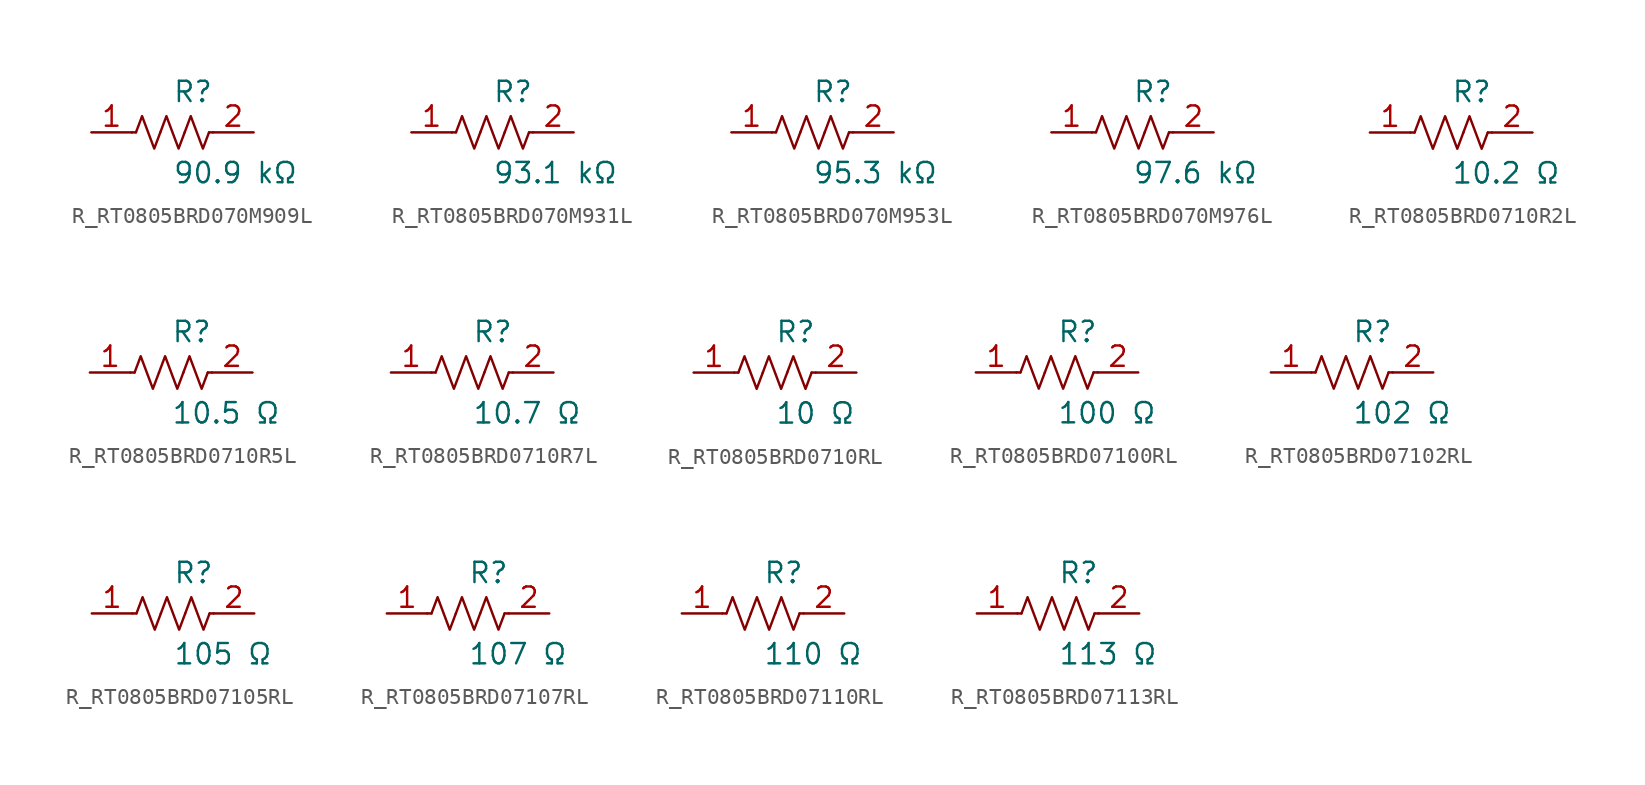
<source format=kicad_sym>
(kicad_symbol_lib
  (version 20231120)
  (generator kicad_symbol_editor)
  (generator_version 8.0)
  (symbol "R_RT0805BRD070M909L"
    (pin_names
      (offset 0.254))
    (property "Reference" "R"
      (at 0.0 2.54 0)
      (effects (font (size 1.27 1.27)) (justify left)))
    (property "Value" "90.9 kΩ"
      (at 0.0 -2.54 0)
      (effects (font (size 1.27 1.27)) (justify left)))
    (symbol "R_RT0805BRD070M909L_0_1"
      (polyline (pts (xy 2.286 0) (xy 2.54 0)) (stroke (width 0) (type default)) (fill (type none)))
      (polyline (pts (xy -2.286 0) (xy -2.54 0)) (stroke (width 0) (type default)) (fill (type none)))
      (polyline (pts (xy 0.762 0) (xy 1.143 1.016) (xy 1.524 0) (xy 1.905 -1.016) (xy 2.286 0)) (stroke (width 0) (type default)) (fill (type none)))
      (polyline (pts (xy -0.762 0) (xy -0.381 1.016) (xy 0 0) (xy 0.381 -1.016) (xy 0.762 0)) (stroke (width 0) (type default)) (fill (type none)))
      (polyline (pts (xy -2.286 0) (xy -1.905 1.016) (xy -1.524 0) (xy -1.143 -1.016) (xy -0.762 0)) (stroke (width 0) (type default)) (fill (type none))))
    (pin unspecified line
      (at -5.08 0 0)
      (length 2.54)
      (name "" (effects (font (size 1.27 1.27))))
      (number "1" (effects (font (size 1.27 1.27)))))
    (pin unspecified line
      (at 5.08 0 180)
      (length 2.54)
      (name "" (effects (font (size 1.27 1.27))))
      (number "2" (effects (font (size 1.27 1.27))))))
  (symbol "R_RT0805BRD070M931L"
    (pin_names
      (offset 0.254))
    (property "Reference" "R"
      (at 0.0 2.54 0)
      (effects (font (size 1.27 1.27)) (justify left)))
    (property "Value" "93.1 kΩ"
      (at 0.0 -2.54 0)
      (effects (font (size 1.27 1.27)) (justify left)))
    (symbol "R_RT0805BRD070M931L_0_1"
      (polyline (pts (xy 2.286 0) (xy 2.54 0)) (stroke (width 0) (type default)) (fill (type none)))
      (polyline (pts (xy -2.286 0) (xy -2.54 0)) (stroke (width 0) (type default)) (fill (type none)))
      (polyline (pts (xy 0.762 0) (xy 1.143 1.016) (xy 1.524 0) (xy 1.905 -1.016) (xy 2.286 0)) (stroke (width 0) (type default)) (fill (type none)))
      (polyline (pts (xy -0.762 0) (xy -0.381 1.016) (xy 0 0) (xy 0.381 -1.016) (xy 0.762 0)) (stroke (width 0) (type default)) (fill (type none)))
      (polyline (pts (xy -2.286 0) (xy -1.905 1.016) (xy -1.524 0) (xy -1.143 -1.016) (xy -0.762 0)) (stroke (width 0) (type default)) (fill (type none))))
    (pin unspecified line
      (at -5.08 0 0)
      (length 2.54)
      (name "" (effects (font (size 1.27 1.27))))
      (number "1" (effects (font (size 1.27 1.27)))))
    (pin unspecified line
      (at 5.08 0 180)
      (length 2.54)
      (name "" (effects (font (size 1.27 1.27))))
      (number "2" (effects (font (size 1.27 1.27))))))
  (symbol "R_RT0805BRD070M953L"
    (pin_names
      (offset 0.254))
    (property "Reference" "R"
      (at 0.0 2.54 0)
      (effects (font (size 1.27 1.27)) (justify left)))
    (property "Value" "95.3 kΩ"
      (at 0.0 -2.54 0)
      (effects (font (size 1.27 1.27)) (justify left)))
    (symbol "R_RT0805BRD070M953L_0_1"
      (polyline (pts (xy 2.286 0) (xy 2.54 0)) (stroke (width 0) (type default)) (fill (type none)))
      (polyline (pts (xy -2.286 0) (xy -2.54 0)) (stroke (width 0) (type default)) (fill (type none)))
      (polyline (pts (xy 0.762 0) (xy 1.143 1.016) (xy 1.524 0) (xy 1.905 -1.016) (xy 2.286 0)) (stroke (width 0) (type default)) (fill (type none)))
      (polyline (pts (xy -0.762 0) (xy -0.381 1.016) (xy 0 0) (xy 0.381 -1.016) (xy 0.762 0)) (stroke (width 0) (type default)) (fill (type none)))
      (polyline (pts (xy -2.286 0) (xy -1.905 1.016) (xy -1.524 0) (xy -1.143 -1.016) (xy -0.762 0)) (stroke (width 0) (type default)) (fill (type none))))
    (pin unspecified line
      (at -5.08 0 0)
      (length 2.54)
      (name "" (effects (font (size 1.27 1.27))))
      (number "1" (effects (font (size 1.27 1.27)))))
    (pin unspecified line
      (at 5.08 0 180)
      (length 2.54)
      (name "" (effects (font (size 1.27 1.27))))
      (number "2" (effects (font (size 1.27 1.27))))))
  (symbol "R_RT0805BRD070M976L"
    (pin_names
      (offset 0.254))
    (property "Reference" "R"
      (at 0.0 2.54 0)
      (effects (font (size 1.27 1.27)) (justify left)))
    (property "Value" "97.6 kΩ"
      (at 0.0 -2.54 0)
      (effects (font (size 1.27 1.27)) (justify left)))
    (symbol "R_RT0805BRD070M976L_0_1"
      (polyline (pts (xy 2.286 0) (xy 2.54 0)) (stroke (width 0) (type default)) (fill (type none)))
      (polyline (pts (xy -2.286 0) (xy -2.54 0)) (stroke (width 0) (type default)) (fill (type none)))
      (polyline (pts (xy 0.762 0) (xy 1.143 1.016) (xy 1.524 0) (xy 1.905 -1.016) (xy 2.286 0)) (stroke (width 0) (type default)) (fill (type none)))
      (polyline (pts (xy -0.762 0) (xy -0.381 1.016) (xy 0 0) (xy 0.381 -1.016) (xy 0.762 0)) (stroke (width 0) (type default)) (fill (type none)))
      (polyline (pts (xy -2.286 0) (xy -1.905 1.016) (xy -1.524 0) (xy -1.143 -1.016) (xy -0.762 0)) (stroke (width 0) (type default)) (fill (type none))))
    (pin unspecified line
      (at -5.08 0 0)
      (length 2.54)
      (name "" (effects (font (size 1.27 1.27))))
      (number "1" (effects (font (size 1.27 1.27)))))
    (pin unspecified line
      (at 5.08 0 180)
      (length 2.54)
      (name "" (effects (font (size 1.27 1.27))))
      (number "2" (effects (font (size 1.27 1.27))))))
  (symbol "R_RT0805BRD0710R2L"
    (pin_names
      (offset 0.254))
    (property "Reference" "R"
      (at 0.0 2.54 0)
      (effects (font (size 1.27 1.27)) (justify left)))
    (property "Value" "10.2 Ω"
      (at 0.0 -2.54 0)
      (effects (font (size 1.27 1.27)) (justify left)))
    (symbol "R_RT0805BRD0710R2L_0_1"
      (polyline (pts (xy 2.286 0) (xy 2.54 0)) (stroke (width 0) (type default)) (fill (type none)))
      (polyline (pts (xy -2.286 0) (xy -2.54 0)) (stroke (width 0) (type default)) (fill (type none)))
      (polyline (pts (xy 0.762 0) (xy 1.143 1.016) (xy 1.524 0) (xy 1.905 -1.016) (xy 2.286 0)) (stroke (width 0) (type default)) (fill (type none)))
      (polyline (pts (xy -0.762 0) (xy -0.381 1.016) (xy 0 0) (xy 0.381 -1.016) (xy 0.762 0)) (stroke (width 0) (type default)) (fill (type none)))
      (polyline (pts (xy -2.286 0) (xy -1.905 1.016) (xy -1.524 0) (xy -1.143 -1.016) (xy -0.762 0)) (stroke (width 0) (type default)) (fill (type none))))
    (pin unspecified line
      (at -5.08 0 0)
      (length 2.54)
      (name "" (effects (font (size 1.27 1.27))))
      (number "1" (effects (font (size 1.27 1.27)))))
    (pin unspecified line
      (at 5.08 0 180)
      (length 2.54)
      (name "" (effects (font (size 1.27 1.27))))
      (number "2" (effects (font (size 1.27 1.27))))))
  (symbol "R_RT0805BRD0710R5L"
    (pin_names
      (offset 0.254))
    (property "Reference" "R"
      (at 0.0 2.54 0)
      (effects (font (size 1.27 1.27)) (justify left)))
    (property "Value" "10.5 Ω"
      (at 0.0 -2.54 0)
      (effects (font (size 1.27 1.27)) (justify left)))
    (symbol "R_RT0805BRD0710R5L_0_1"
      (polyline (pts (xy 2.286 0) (xy 2.54 0)) (stroke (width 0) (type default)) (fill (type none)))
      (polyline (pts (xy -2.286 0) (xy -2.54 0)) (stroke (width 0) (type default)) (fill (type none)))
      (polyline (pts (xy 0.762 0) (xy 1.143 1.016) (xy 1.524 0) (xy 1.905 -1.016) (xy 2.286 0)) (stroke (width 0) (type default)) (fill (type none)))
      (polyline (pts (xy -0.762 0) (xy -0.381 1.016) (xy 0 0) (xy 0.381 -1.016) (xy 0.762 0)) (stroke (width 0) (type default)) (fill (type none)))
      (polyline (pts (xy -2.286 0) (xy -1.905 1.016) (xy -1.524 0) (xy -1.143 -1.016) (xy -0.762 0)) (stroke (width 0) (type default)) (fill (type none))))
    (pin unspecified line
      (at -5.08 0 0)
      (length 2.54)
      (name "" (effects (font (size 1.27 1.27))))
      (number "1" (effects (font (size 1.27 1.27)))))
    (pin unspecified line
      (at 5.08 0 180)
      (length 2.54)
      (name "" (effects (font (size 1.27 1.27))))
      (number "2" (effects (font (size 1.27 1.27))))))
  (symbol "R_RT0805BRD0710R7L"
    (pin_names
      (offset 0.254))
    (property "Reference" "R"
      (at 0.0 2.54 0)
      (effects (font (size 1.27 1.27)) (justify left)))
    (property "Value" "10.7 Ω"
      (at 0.0 -2.54 0)
      (effects (font (size 1.27 1.27)) (justify left)))
    (symbol "R_RT0805BRD0710R7L_0_1"
      (polyline (pts (xy 2.286 0) (xy 2.54 0)) (stroke (width 0) (type default)) (fill (type none)))
      (polyline (pts (xy -2.286 0) (xy -2.54 0)) (stroke (width 0) (type default)) (fill (type none)))
      (polyline (pts (xy 0.762 0) (xy 1.143 1.016) (xy 1.524 0) (xy 1.905 -1.016) (xy 2.286 0)) (stroke (width 0) (type default)) (fill (type none)))
      (polyline (pts (xy -0.762 0) (xy -0.381 1.016) (xy 0 0) (xy 0.381 -1.016) (xy 0.762 0)) (stroke (width 0) (type default)) (fill (type none)))
      (polyline (pts (xy -2.286 0) (xy -1.905 1.016) (xy -1.524 0) (xy -1.143 -1.016) (xy -0.762 0)) (stroke (width 0) (type default)) (fill (type none))))
    (pin unspecified line
      (at -5.08 0 0)
      (length 2.54)
      (name "" (effects (font (size 1.27 1.27))))
      (number "1" (effects (font (size 1.27 1.27)))))
    (pin unspecified line
      (at 5.08 0 180)
      (length 2.54)
      (name "" (effects (font (size 1.27 1.27))))
      (number "2" (effects (font (size 1.27 1.27))))))
  (symbol "R_RT0805BRD0710RL"
    (pin_names
      (offset 0.254))
    (property "Reference" "R"
      (at 0.0 2.54 0)
      (effects (font (size 1.27 1.27)) (justify left)))
    (property "Value" "10 Ω"
      (at 0.0 -2.54 0)
      (effects (font (size 1.27 1.27)) (justify left)))
    (symbol "R_RT0805BRD0710RL_0_1"
      (polyline (pts (xy 2.286 0) (xy 2.54 0)) (stroke (width 0) (type default)) (fill (type none)))
      (polyline (pts (xy -2.286 0) (xy -2.54 0)) (stroke (width 0) (type default)) (fill (type none)))
      (polyline (pts (xy 0.762 0) (xy 1.143 1.016) (xy 1.524 0) (xy 1.905 -1.016) (xy 2.286 0)) (stroke (width 0) (type default)) (fill (type none)))
      (polyline (pts (xy -0.762 0) (xy -0.381 1.016) (xy 0 0) (xy 0.381 -1.016) (xy 0.762 0)) (stroke (width 0) (type default)) (fill (type none)))
      (polyline (pts (xy -2.286 0) (xy -1.905 1.016) (xy -1.524 0) (xy -1.143 -1.016) (xy -0.762 0)) (stroke (width 0) (type default)) (fill (type none))))
    (pin unspecified line
      (at -5.08 0 0)
      (length 2.54)
      (name "" (effects (font (size 1.27 1.27))))
      (number "1" (effects (font (size 1.27 1.27)))))
    (pin unspecified line
      (at 5.08 0 180)
      (length 2.54)
      (name "" (effects (font (size 1.27 1.27))))
      (number "2" (effects (font (size 1.27 1.27))))))
  (symbol "R_RT0805BRD07100RL"
    (pin_names
      (offset 0.254))
    (property "Reference" "R"
      (at 0.0 2.54 0)
      (effects (font (size 1.27 1.27)) (justify left)))
    (property "Value" "100 Ω"
      (at 0.0 -2.54 0)
      (effects (font (size 1.27 1.27)) (justify left)))
    (symbol "R_RT0805BRD07100RL_0_1"
      (polyline (pts (xy 2.286 0) (xy 2.54 0)) (stroke (width 0) (type default)) (fill (type none)))
      (polyline (pts (xy -2.286 0) (xy -2.54 0)) (stroke (width 0) (type default)) (fill (type none)))
      (polyline (pts (xy 0.762 0) (xy 1.143 1.016) (xy 1.524 0) (xy 1.905 -1.016) (xy 2.286 0)) (stroke (width 0) (type default)) (fill (type none)))
      (polyline (pts (xy -0.762 0) (xy -0.381 1.016) (xy 0 0) (xy 0.381 -1.016) (xy 0.762 0)) (stroke (width 0) (type default)) (fill (type none)))
      (polyline (pts (xy -2.286 0) (xy -1.905 1.016) (xy -1.524 0) (xy -1.143 -1.016) (xy -0.762 0)) (stroke (width 0) (type default)) (fill (type none))))
    (pin unspecified line
      (at -5.08 0 0)
      (length 2.54)
      (name "" (effects (font (size 1.27 1.27))))
      (number "1" (effects (font (size 1.27 1.27)))))
    (pin unspecified line
      (at 5.08 0 180)
      (length 2.54)
      (name "" (effects (font (size 1.27 1.27))))
      (number "2" (effects (font (size 1.27 1.27))))))
  (symbol "R_RT0805BRD07102RL"
    (pin_names
      (offset 0.254))
    (property "Reference" "R"
      (at 0.0 2.54 0)
      (effects (font (size 1.27 1.27)) (justify left)))
    (property "Value" "102 Ω"
      (at 0.0 -2.54 0)
      (effects (font (size 1.27 1.27)) (justify left)))
    (symbol "R_RT0805BRD07102RL_0_1"
      (polyline (pts (xy 2.286 0) (xy 2.54 0)) (stroke (width 0) (type default)) (fill (type none)))
      (polyline (pts (xy -2.286 0) (xy -2.54 0)) (stroke (width 0) (type default)) (fill (type none)))
      (polyline (pts (xy 0.762 0) (xy 1.143 1.016) (xy 1.524 0) (xy 1.905 -1.016) (xy 2.286 0)) (stroke (width 0) (type default)) (fill (type none)))
      (polyline (pts (xy -0.762 0) (xy -0.381 1.016) (xy 0 0) (xy 0.381 -1.016) (xy 0.762 0)) (stroke (width 0) (type default)) (fill (type none)))
      (polyline (pts (xy -2.286 0) (xy -1.905 1.016) (xy -1.524 0) (xy -1.143 -1.016) (xy -0.762 0)) (stroke (width 0) (type default)) (fill (type none))))
    (pin unspecified line
      (at -5.08 0 0)
      (length 2.54)
      (name "" (effects (font (size 1.27 1.27))))
      (number "1" (effects (font (size 1.27 1.27)))))
    (pin unspecified line
      (at 5.08 0 180)
      (length 2.54)
      (name "" (effects (font (size 1.27 1.27))))
      (number "2" (effects (font (size 1.27 1.27))))))
  (symbol "R_RT0805BRD07105RL"
    (pin_names
      (offset 0.254))
    (property "Reference" "R"
      (at 0.0 2.54 0)
      (effects (font (size 1.27 1.27)) (justify left)))
    (property "Value" "105 Ω"
      (at 0.0 -2.54 0)
      (effects (font (size 1.27 1.27)) (justify left)))
    (symbol "R_RT0805BRD07105RL_0_1"
      (polyline (pts (xy 2.286 0) (xy 2.54 0)) (stroke (width 0) (type default)) (fill (type none)))
      (polyline (pts (xy -2.286 0) (xy -2.54 0)) (stroke (width 0) (type default)) (fill (type none)))
      (polyline (pts (xy 0.762 0) (xy 1.143 1.016) (xy 1.524 0) (xy 1.905 -1.016) (xy 2.286 0)) (stroke (width 0) (type default)) (fill (type none)))
      (polyline (pts (xy -0.762 0) (xy -0.381 1.016) (xy 0 0) (xy 0.381 -1.016) (xy 0.762 0)) (stroke (width 0) (type default)) (fill (type none)))
      (polyline (pts (xy -2.286 0) (xy -1.905 1.016) (xy -1.524 0) (xy -1.143 -1.016) (xy -0.762 0)) (stroke (width 0) (type default)) (fill (type none))))
    (pin unspecified line
      (at -5.08 0 0)
      (length 2.54)
      (name "" (effects (font (size 1.27 1.27))))
      (number "1" (effects (font (size 1.27 1.27)))))
    (pin unspecified line
      (at 5.08 0 180)
      (length 2.54)
      (name "" (effects (font (size 1.27 1.27))))
      (number "2" (effects (font (size 1.27 1.27))))))
  (symbol "R_RT0805BRD07107RL"
    (pin_names
      (offset 0.254))
    (property "Reference" "R"
      (at 0.0 2.54 0)
      (effects (font (size 1.27 1.27)) (justify left)))
    (property "Value" "107 Ω"
      (at 0.0 -2.54 0)
      (effects (font (size 1.27 1.27)) (justify left)))
    (symbol "R_RT0805BRD07107RL_0_1"
      (polyline (pts (xy 2.286 0) (xy 2.54 0)) (stroke (width 0) (type default)) (fill (type none)))
      (polyline (pts (xy -2.286 0) (xy -2.54 0)) (stroke (width 0) (type default)) (fill (type none)))
      (polyline (pts (xy 0.762 0) (xy 1.143 1.016) (xy 1.524 0) (xy 1.905 -1.016) (xy 2.286 0)) (stroke (width 0) (type default)) (fill (type none)))
      (polyline (pts (xy -0.762 0) (xy -0.381 1.016) (xy 0 0) (xy 0.381 -1.016) (xy 0.762 0)) (stroke (width 0) (type default)) (fill (type none)))
      (polyline (pts (xy -2.286 0) (xy -1.905 1.016) (xy -1.524 0) (xy -1.143 -1.016) (xy -0.762 0)) (stroke (width 0) (type default)) (fill (type none))))
    (pin unspecified line
      (at -5.08 0 0)
      (length 2.54)
      (name "" (effects (font (size 1.27 1.27))))
      (number "1" (effects (font (size 1.27 1.27)))))
    (pin unspecified line
      (at 5.08 0 180)
      (length 2.54)
      (name "" (effects (font (size 1.27 1.27))))
      (number "2" (effects (font (size 1.27 1.27))))))
  (symbol "R_RT0805BRD07110RL"
    (pin_names
      (offset 0.254))
    (property "Reference" "R"
      (at 0.0 2.54 0)
      (effects (font (size 1.27 1.27)) (justify left)))
    (property "Value" "110 Ω"
      (at 0.0 -2.54 0)
      (effects (font (size 1.27 1.27)) (justify left)))
    (symbol "R_RT0805BRD07110RL_0_1"
      (polyline (pts (xy 2.286 0) (xy 2.54 0)) (stroke (width 0) (type default)) (fill (type none)))
      (polyline (pts (xy -2.286 0) (xy -2.54 0)) (stroke (width 0) (type default)) (fill (type none)))
      (polyline (pts (xy 0.762 0) (xy 1.143 1.016) (xy 1.524 0) (xy 1.905 -1.016) (xy 2.286 0)) (stroke (width 0) (type default)) (fill (type none)))
      (polyline (pts (xy -0.762 0) (xy -0.381 1.016) (xy 0 0) (xy 0.381 -1.016) (xy 0.762 0)) (stroke (width 0) (type default)) (fill (type none)))
      (polyline (pts (xy -2.286 0) (xy -1.905 1.016) (xy -1.524 0) (xy -1.143 -1.016) (xy -0.762 0)) (stroke (width 0) (type default)) (fill (type none))))
    (pin unspecified line
      (at -5.08 0 0)
      (length 2.54)
      (name "" (effects (font (size 1.27 1.27))))
      (number "1" (effects (font (size 1.27 1.27)))))
    (pin unspecified line
      (at 5.08 0 180)
      (length 2.54)
      (name "" (effects (font (size 1.27 1.27))))
      (number "2" (effects (font (size 1.27 1.27))))))
  (symbol "R_RT0805BRD07113RL"
    (pin_names
      (offset 0.254))
    (property "Reference" "R"
      (at 0.0 2.54 0)
      (effects (font (size 1.27 1.27)) (justify left)))
    (property "Value" "113 Ω"
      (at 0.0 -2.54 0)
      (effects (font (size 1.27 1.27)) (justify left)))
    (symbol "R_RT0805BRD07113RL_0_1"
      (polyline (pts (xy 2.286 0) (xy 2.54 0)) (stroke (width 0) (type default)) (fill (type none)))
      (polyline (pts (xy -2.286 0) (xy -2.54 0)) (stroke (width 0) (type default)) (fill (type none)))
      (polyline (pts (xy 0.762 0) (xy 1.143 1.016) (xy 1.524 0) (xy 1.905 -1.016) (xy 2.286 0)) (stroke (width 0) (type default)) (fill (type none)))
      (polyline (pts (xy -0.762 0) (xy -0.381 1.016) (xy 0 0) (xy 0.381 -1.016) (xy 0.762 0)) (stroke (width 0) (type default)) (fill (type none)))
      (polyline (pts (xy -2.286 0) (xy -1.905 1.016) (xy -1.524 0) (xy -1.143 -1.016) (xy -0.762 0)) (stroke (width 0) (type default)) (fill (type none))))
    (pin unspecified line
      (at -5.08 0 0)
      (length 2.54)
      (name "" (effects (font (size 1.27 1.27))))
      (number "1" (effects (font (size 1.27 1.27)))))
    (pin unspecified line
      (at 5.08 0 180)
      (length 2.54)
      (name "" (effects (font (size 1.27 1.27))))
      (number "2" (effects (font (size 1.27 1.27)))))))
</source>
